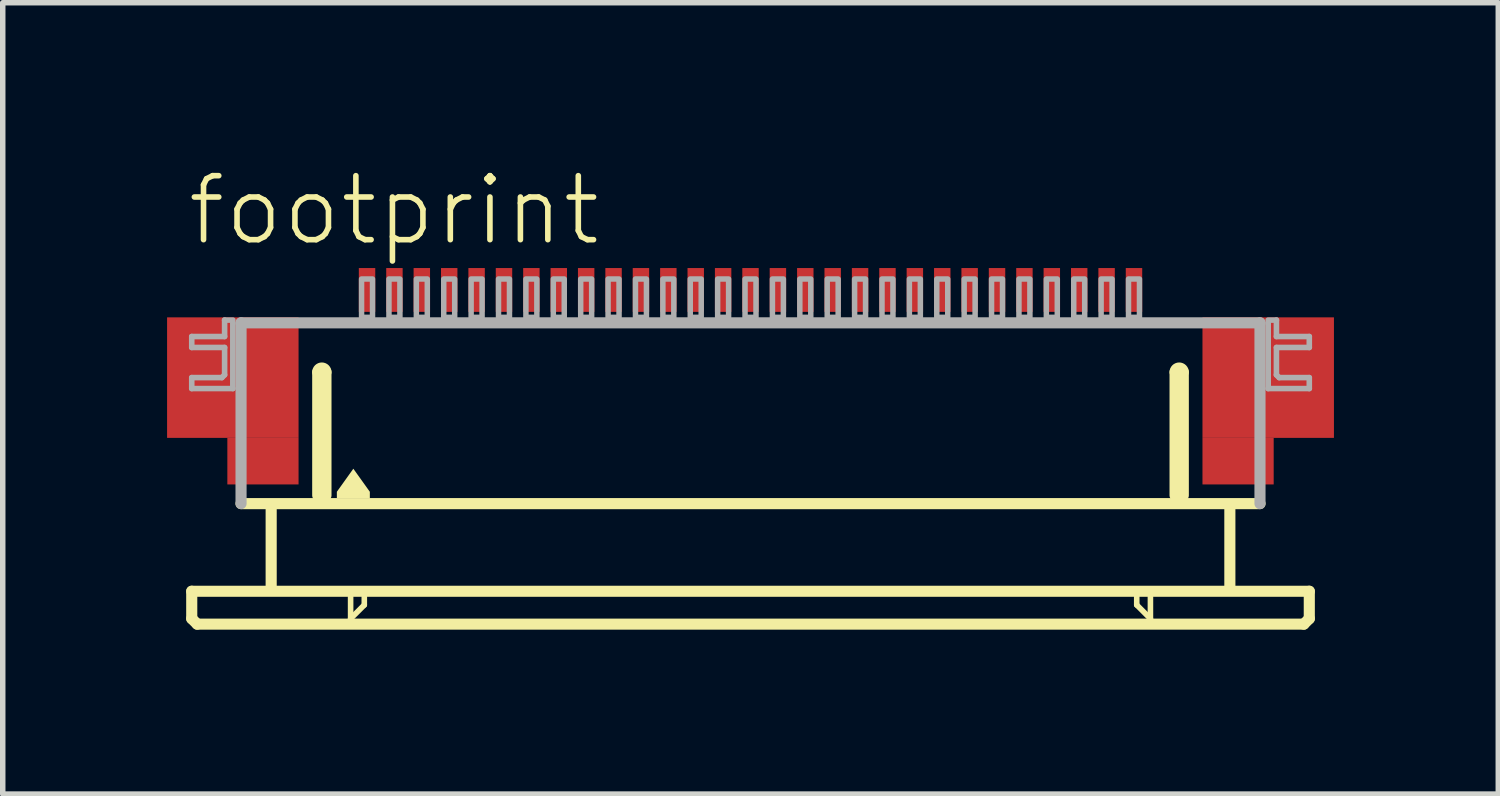
<source format=kicad_pcb>
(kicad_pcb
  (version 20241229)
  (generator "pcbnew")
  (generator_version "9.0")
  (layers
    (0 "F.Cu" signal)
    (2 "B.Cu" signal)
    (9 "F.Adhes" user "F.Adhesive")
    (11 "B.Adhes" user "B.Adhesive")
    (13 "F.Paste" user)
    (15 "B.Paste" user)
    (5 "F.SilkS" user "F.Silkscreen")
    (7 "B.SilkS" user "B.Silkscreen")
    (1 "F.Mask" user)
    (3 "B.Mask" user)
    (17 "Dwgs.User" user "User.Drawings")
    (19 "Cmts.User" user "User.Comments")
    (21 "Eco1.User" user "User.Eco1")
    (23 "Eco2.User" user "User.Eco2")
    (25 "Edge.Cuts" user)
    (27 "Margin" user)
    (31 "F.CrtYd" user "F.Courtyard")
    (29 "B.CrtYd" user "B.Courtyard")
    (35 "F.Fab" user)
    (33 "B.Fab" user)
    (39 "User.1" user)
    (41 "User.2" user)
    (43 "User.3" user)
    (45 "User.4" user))
  (footprint "footprint"
    (layer "F.Cu")
    (at 10.65 4.743)
    (property "Reference" "footprint" (at -10.33 -3.27 0) (layer "F.SilkS") (effects (font (size 1.168 1.168) (thickness 0.102)) (justify left bottom)))
    (fp_poly (pts (xy -10.65 0.2) (xy -8.25 0.2) (xy -8.25 -2) (xy -10.65 -2)) (stroke (width 0) (type solid)) (fill yes) (layer "F.Cu"))
    (fp_poly (pts (xy -9.55 1.05) (xy -8.25 1.05) (xy -8.25 0.2) (xy -9.55 0.2)) (stroke (width 0) (type solid)) (fill yes) (layer "F.Cu"))
    (fp_poly (pts (xy 8.25 0.2) (xy 10.65 0.2) (xy 10.65 -2) (xy 8.25 -2)) (stroke (width 0) (type solid)) (fill yes) (layer "F.Cu"))
    (fp_poly (pts (xy 8.25 1.05) (xy 9.55 1.05) (xy 9.55 0.2) (xy 8.25 0.2)) (stroke (width 0) (type solid)) (fill yes) (layer "F.Cu"))
    (fp_poly (pts (xy -10.65 0.2) (xy -9.5 0.2) (xy -9.5 -2) (xy -10.65 -2)) (stroke (width 0) (type solid)) (fill yes) (layer "F.Mask"))
    (fp_poly (pts (xy -9.55 1.05) (xy -8.25 1.05) (xy -8.25 -2) (xy -9.55 -2)) (stroke (width 0) (type solid)) (fill yes) (layer "F.Mask"))
    (fp_poly (pts (xy 9.55 -2) (xy 8.25 -2) (xy 8.25 1.05) (xy 9.55 1.05)) (stroke (width 0) (type solid)) (fill yes) (layer "F.Mask"))
    (fp_poly (pts (xy 10.65 -2) (xy 9.5 -2) (xy 9.5 0.2) (xy 10.65 0.2)) (stroke (width 0) (type solid)) (fill yes) (layer "F.Mask"))
    (fp_line (start -10.2 3) (end -10.2 3.5) (stroke (width 0.203) (type solid)) (layer "F.SilkS"))
    (fp_line (start -10.2 3.5) (end -10.1 3.6) (stroke (width 0.203) (type solid)) (layer "F.SilkS"))
    (fp_line (start -10.1 3.6) (end 10.1 3.6) (stroke (width 0.203) (type solid)) (layer "F.SilkS"))
    (fp_line (start -8.75 1.5) (end -8.75 2.9) (stroke (width 0.203) (type solid)) (layer "F.SilkS"))
    (fp_line (start -7.9 1.25) (end -7.9 -1) (stroke (width 0.203) (type solid)) (layer "F.SilkS"))
    (fp_line (start -7.75 -1) (end -7.75 1.25) (stroke (width 0.203) (type solid)) (layer "F.SilkS"))
    (fp_line (start -7.3 3.1) (end -7.3 3.5) (stroke (width 0.102) (type solid)) (layer "F.SilkS"))
    (fp_line (start -7.3 3.5) (end -7.05 3.25) (stroke (width 0.102) (type solid)) (layer "F.SilkS"))
    (fp_line (start -7.05 3.25) (end -7.05 3.1) (stroke (width 0.102) (type solid)) (layer "F.SilkS"))
    (fp_line (start 7.05 3.1) (end 7.05 3.25) (stroke (width 0.102) (type solid)) (layer "F.SilkS"))
    (fp_line (start 7.05 3.25) (end 7.3 3.5) (stroke (width 0.102) (type solid)) (layer "F.SilkS"))
    (fp_line (start 7.3 3.5) (end 7.3 3.1) (stroke (width 0.102) (type solid)) (layer "F.SilkS"))
    (fp_line (start 7.75 1.25) (end 7.75 -1) (stroke (width 0.203) (type solid)) (layer "F.SilkS"))
    (fp_line (start 7.9 -1) (end 7.9 1.25) (stroke (width 0.203) (type solid)) (layer "F.SilkS"))
    (fp_line (start 8.75 1.5) (end 8.75 2.9) (stroke (width 0.203) (type solid)) (layer "F.SilkS"))
    (fp_line (start 9.3 1.4) (end -9.3 1.4) (stroke (width 0.203) (type solid)) (layer "F.SilkS"))
    (fp_line (start 10.1 3.6) (end 10.2 3.5) (stroke (width 0.203) (type solid)) (layer "F.SilkS"))
    (fp_line (start 10.2 3) (end -10.2 3) (stroke (width 0.203) (type solid)) (layer "F.SilkS"))
    (fp_line (start 10.2 3.5) (end 10.2 3) (stroke (width 0.203) (type solid)) (layer "F.SilkS"))
    (fp_arc (start -7.9 -1) (mid -7.825 -1.075) (end -7.75 -1) (stroke (width 0.2032) (type solid)) (layer "F.SilkS"))
    (fp_arc (start 7.75 -1) (mid 7.825 -1.075) (end 7.9 -1) (stroke (width 0.2032) (type solid)) (layer "F.SilkS"))
    (fp_poly (pts (xy -6.949 1.184) (xy -6.949 1.301) (xy -7.551 1.301) (xy -7.551 1.184) (xy -7.25 0.763)) (stroke (width 0) (type solid)) (fill yes) (layer "F.SilkS"))
    (fp_poly (pts (xy -10.45 0.05) (xy -8.45 0.05) (xy -8.45 -1.85) (xy -10.45 -1.85)) (stroke (width 0) (type solid)) (fill yes) (layer "F.Paste"))
    (fp_poly (pts (xy 10.45 -1.85) (xy 8.45 -1.85) (xy 8.45 0.05) (xy 10.45 0.05)) (stroke (width 0) (type solid)) (fill yes) (layer "F.Paste"))
    (fp_line (start -10.2 -1.65) (end -10.2 -1.45) (stroke (width 0.102) (type solid)) (layer "F.Fab"))
    (fp_line (start -10.2 -1.45) (end -9.6 -1.45) (stroke (width 0.102) (type solid)) (layer "F.Fab"))
    (fp_line (start -10.2 -0.9) (end -10.2 -0.7) (stroke (width 0.102) (type solid)) (layer "F.Fab"))
    (fp_line (start -10.2 -0.7) (end -9.45 -0.7) (stroke (width 0.102) (type solid)) (layer "F.Fab"))
    (fp_line (start -9.65 -0.9) (end -10.2 -0.9) (stroke (width 0.102) (type solid)) (layer "F.Fab"))
    (fp_line (start -9.6 -1.95) (end -9.6 -1.65) (stroke (width 0.102) (type solid)) (layer "F.Fab"))
    (fp_line (start -9.6 -1.65) (end -10.2 -1.65) (stroke (width 0.102) (type solid)) (layer "F.Fab"))
    (fp_line (start -9.6 -1.45) (end -9.6 -0.95) (stroke (width 0.102) (type solid)) (layer "F.Fab"))
    (fp_line (start -9.6 -0.95) (end -9.65 -0.9) (stroke (width 0.102) (type solid)) (layer "F.Fab"))
    (fp_line (start -9.45 -1.95) (end -9.6 -1.95) (stroke (width 0.102) (type solid)) (layer "F.Fab"))
    (fp_line (start -9.45 -0.7) (end -9.45 -1.9) (stroke (width 0.102) (type solid)) (layer "F.Fab"))
    (fp_line (start -9.3 -1.9) (end 9.3 -1.9) (stroke (width 0.203) (type solid)) (layer "F.Fab"))
    (fp_line (start -9.3 1.4) (end -9.3 -1.9) (stroke (width 0.203) (type solid)) (layer "F.Fab"))
    (fp_line (start 9.3 -1.9) (end 9.3 1.4) (stroke (width 0.203) (type solid)) (layer "F.Fab"))
    (fp_line (start 9.45 -1.95) (end 9.6 -1.95) (stroke (width 0.102) (type solid)) (layer "F.Fab"))
    (fp_line (start 9.45 -0.7) (end 9.45 -1.9) (stroke (width 0.102) (type solid)) (layer "F.Fab"))
    (fp_line (start 9.6 -1.95) (end 9.6 -1.65) (stroke (width 0.102) (type solid)) (layer "F.Fab"))
    (fp_line (start 9.6 -1.65) (end 10.2 -1.65) (stroke (width 0.102) (type solid)) (layer "F.Fab"))
    (fp_line (start 9.6 -1.45) (end 9.6 -0.95) (stroke (width 0.102) (type solid)) (layer "F.Fab"))
    (fp_line (start 9.6 -0.95) (end 9.65 -0.9) (stroke (width 0.102) (type solid)) (layer "F.Fab"))
    (fp_line (start 9.65 -0.9) (end 10.2 -0.9) (stroke (width 0.102) (type solid)) (layer "F.Fab"))
    (fp_line (start 10.2 -1.65) (end 10.2 -1.45) (stroke (width 0.102) (type solid)) (layer "F.Fab"))
    (fp_line (start 10.2 -1.45) (end 9.6 -1.45) (stroke (width 0.102) (type solid)) (layer "F.Fab"))
    (fp_line (start 10.2 -0.9) (end 10.2 -0.7) (stroke (width 0.102) (type solid)) (layer "F.Fab"))
    (fp_line (start 10.2 -0.7) (end 9.45 -0.7) (stroke (width 0.102) (type solid)) (layer "F.Fab"))
    (fp_poly (pts (xy -7.1 -2) (xy -6.9 -2) (xy -6.9 -2.7) (xy -7.1 -2.7)) (stroke (width 0.1) (type solid)) (fill no) (layer "F.Fab"))
    (fp_poly (pts (xy -6.6 -2) (xy -6.4 -2) (xy -6.4 -2.7) (xy -6.6 -2.7)) (stroke (width 0.1) (type solid)) (fill no) (layer "F.Fab"))
    (fp_poly (pts (xy -6.1 -2) (xy -5.9 -2) (xy -5.9 -2.7) (xy -6.1 -2.7)) (stroke (width 0.1) (type solid)) (fill no) (layer "F.Fab"))
    (fp_poly (pts (xy -5.6 -2) (xy -5.4 -2) (xy -5.4 -2.7) (xy -5.6 -2.7)) (stroke (width 0.1) (type solid)) (fill no) (layer "F.Fab"))
    (fp_poly (pts (xy -5.1 -2) (xy -4.9 -2) (xy -4.9 -2.7) (xy -5.1 -2.7)) (stroke (width 0.1) (type solid)) (fill no) (layer "F.Fab"))
    (fp_poly (pts (xy -4.6 -2) (xy -4.4 -2) (xy -4.4 -2.7) (xy -4.6 -2.7)) (stroke (width 0.1) (type solid)) (fill no) (layer "F.Fab"))
    (fp_poly (pts (xy -4.1 -2) (xy -3.9 -2) (xy -3.9 -2.7) (xy -4.1 -2.7)) (stroke (width 0.1) (type solid)) (fill no) (layer "F.Fab"))
    (fp_poly (pts (xy -3.6 -2) (xy -3.4 -2) (xy -3.4 -2.7) (xy -3.6 -2.7)) (stroke (width 0.1) (type solid)) (fill no) (layer "F.Fab"))
    (fp_poly (pts (xy -3.1 -2) (xy -2.9 -2) (xy -2.9 -2.7) (xy -3.1 -2.7)) (stroke (width 0.1) (type solid)) (fill no) (layer "F.Fab"))
    (fp_poly (pts (xy -2.6 -2) (xy -2.4 -2) (xy -2.4 -2.7) (xy -2.6 -2.7)) (stroke (width 0.1) (type solid)) (fill no) (layer "F.Fab"))
    (fp_poly (pts (xy -2.1 -2) (xy -1.9 -2) (xy -1.9 -2.7) (xy -2.1 -2.7)) (stroke (width 0.1) (type solid)) (fill no) (layer "F.Fab"))
    (fp_poly (pts (xy -1.6 -2) (xy -1.4 -2) (xy -1.4 -2.7) (xy -1.6 -2.7)) (stroke (width 0.1) (type solid)) (fill no) (layer "F.Fab"))
    (fp_poly (pts (xy -1.1 -2) (xy -0.9 -2) (xy -0.9 -2.7) (xy -1.1 -2.7)) (stroke (width 0.1) (type solid)) (fill no) (layer "F.Fab"))
    (fp_poly (pts (xy -0.6 -2) (xy -0.4 -2) (xy -0.4 -2.7) (xy -0.6 -2.7)) (stroke (width 0.1) (type solid)) (fill no) (layer "F.Fab"))
    (fp_poly (pts (xy -0.1 -2) (xy 0.1 -2) (xy 0.1 -2.7) (xy -0.1 -2.7)) (stroke (width 0.1) (type solid)) (fill no) (layer "F.Fab"))
    (fp_poly (pts (xy 0.4 -2) (xy 0.6 -2) (xy 0.6 -2.7) (xy 0.4 -2.7)) (stroke (width 0.1) (type solid)) (fill no) (layer "F.Fab"))
    (fp_poly (pts (xy 0.9 -2) (xy 1.1 -2) (xy 1.1 -2.7) (xy 0.9 -2.7)) (stroke (width 0.1) (type solid)) (fill no) (layer "F.Fab"))
    (fp_poly (pts (xy 1.4 -2) (xy 1.6 -2) (xy 1.6 -2.7) (xy 1.4 -2.7)) (stroke (width 0.1) (type solid)) (fill no) (layer "F.Fab"))
    (fp_poly (pts (xy 1.9 -2) (xy 2.1 -2) (xy 2.1 -2.7) (xy 1.9 -2.7)) (stroke (width 0.1) (type solid)) (fill no) (layer "F.Fab"))
    (fp_poly (pts (xy 2.4 -2) (xy 2.6 -2) (xy 2.6 -2.7) (xy 2.4 -2.7)) (stroke (width 0.1) (type solid)) (fill no) (layer "F.Fab"))
    (fp_poly (pts (xy 2.9 -2) (xy 3.1 -2) (xy 3.1 -2.7) (xy 2.9 -2.7)) (stroke (width 0.1) (type solid)) (fill no) (layer "F.Fab"))
    (fp_poly (pts (xy 3.4 -2) (xy 3.6 -2) (xy 3.6 -2.7) (xy 3.4 -2.7)) (stroke (width 0.1) (type solid)) (fill no) (layer "F.Fab"))
    (fp_poly (pts (xy 3.9 -2) (xy 4.1 -2) (xy 4.1 -2.7) (xy 3.9 -2.7)) (stroke (width 0.1) (type solid)) (fill no) (layer "F.Fab"))
    (fp_poly (pts (xy 4.4 -2) (xy 4.6 -2) (xy 4.6 -2.7) (xy 4.4 -2.7)) (stroke (width 0.1) (type solid)) (fill no) (layer "F.Fab"))
    (fp_poly (pts (xy 4.9 -2) (xy 5.1 -2) (xy 5.1 -2.7) (xy 4.9 -2.7)) (stroke (width 0.1) (type solid)) (fill no) (layer "F.Fab"))
    (fp_poly (pts (xy 5.4 -2) (xy 5.6 -2) (xy 5.6 -2.7) (xy 5.4 -2.7)) (stroke (width 0.1) (type solid)) (fill no) (layer "F.Fab"))
    (fp_poly (pts (xy 5.9 -2) (xy 6.1 -2) (xy 6.1 -2.7) (xy 5.9 -2.7)) (stroke (width 0.1) (type solid)) (fill no) (layer "F.Fab"))
    (fp_poly (pts (xy 6.4 -2) (xy 6.6 -2) (xy 6.6 -2.7) (xy 6.4 -2.7)) (stroke (width 0.1) (type solid)) (fill no) (layer "F.Fab"))
    (fp_poly (pts (xy 6.9 -2) (xy 7.1 -2) (xy 7.1 -2.7) (xy 6.9 -2.7)) (stroke (width 0.1) (type solid)) (fill no) (layer "F.Fab"))
    (pad "1" smd rect (at -7 -2.5) (size 0.3 0.8) (layers "F.Cu" "F.Mask" "F.Paste"))
    (pad "2" smd rect (at -6.5 -2.5) (size 0.3 0.8) (layers "F.Cu" "F.Mask" "F.Paste"))
    (pad "3" smd rect (at -6 -2.5) (size 0.3 0.8) (layers "F.Cu" "F.Mask" "F.Paste"))
    (pad "4" smd rect (at -5.5 -2.5) (size 0.3 0.8) (layers "F.Cu" "F.Mask" "F.Paste"))
    (pad "5" smd rect (at -5 -2.5) (size 0.3 0.8) (layers "F.Cu" "F.Mask" "F.Paste"))
    (pad "6" smd rect (at -4.5 -2.5) (size 0.3 0.8) (layers "F.Cu" "F.Mask" "F.Paste"))
    (pad "7" smd rect (at -4 -2.5) (size 0.3 0.8) (layers "F.Cu" "F.Mask" "F.Paste"))
    (pad "8" smd rect (at -3.5 -2.5) (size 0.3 0.8) (layers "F.Cu" "F.Mask" "F.Paste"))
    (pad "9" smd rect (at -3 -2.5) (size 0.3 0.8) (layers "F.Cu" "F.Mask" "F.Paste"))
    (pad "10" smd rect (at -2.5 -2.5) (size 0.3 0.8) (layers "F.Cu" "F.Mask" "F.Paste"))
    (pad "11" smd rect (at -2 -2.5) (size 0.3 0.8) (layers "F.Cu" "F.Mask" "F.Paste"))
    (pad "12" smd rect (at -1.5 -2.5) (size 0.3 0.8) (layers "F.Cu" "F.Mask" "F.Paste"))
    (pad "13" smd rect (at -1 -2.5) (size 0.3 0.8) (layers "F.Cu" "F.Mask" "F.Paste"))
    (pad "14" smd rect (at -0.5 -2.5) (size 0.3 0.8) (layers "F.Cu" "F.Mask" "F.Paste"))
    (pad "15" smd rect (at 0 -2.5) (size 0.3 0.8) (layers "F.Cu" "F.Mask" "F.Paste"))
    (pad "16" smd rect (at 0.5 -2.5) (size 0.3 0.8) (layers "F.Cu" "F.Mask" "F.Paste"))
    (pad "17" smd rect (at 1 -2.5) (size 0.3 0.8) (layers "F.Cu" "F.Mask" "F.Paste"))
    (pad "18" smd rect (at 1.5 -2.5) (size 0.3 0.8) (layers "F.Cu" "F.Mask" "F.Paste"))
    (pad "19" smd rect (at 2 -2.5) (size 0.3 0.8) (layers "F.Cu" "F.Mask" "F.Paste"))
    (pad "20" smd rect (at 2.5 -2.5) (size 0.3 0.8) (layers "F.Cu" "F.Mask" "F.Paste"))
    (pad "21" smd rect (at 3 -2.5) (size 0.3 0.8) (layers "F.Cu" "F.Mask" "F.Paste"))
    (pad "22" smd rect (at 3.5 -2.5) (size 0.3 0.8) (layers "F.Cu" "F.Mask" "F.Paste"))
    (pad "23" smd rect (at 4 -2.5) (size 0.3 0.8) (layers "F.Cu" "F.Mask" "F.Paste"))
    (pad "24" smd rect (at 4.5 -2.5) (size 0.3 0.8) (layers "F.Cu" "F.Mask" "F.Paste"))
    (pad "25" smd rect (at 5 -2.5) (size 0.3 0.8) (layers "F.Cu" "F.Mask" "F.Paste"))
    (pad "26" smd rect (at 5.5 -2.5) (size 0.3 0.8) (layers "F.Cu" "F.Mask" "F.Paste"))
    (pad "27" smd rect (at 6 -2.5) (size 0.3 0.8) (layers "F.Cu" "F.Mask" "F.Paste"))
    (pad "28" smd rect (at 6.5 -2.5) (size 0.3 0.8) (layers "F.Cu" "F.Mask" "F.Paste"))
    (pad "29" smd rect (at 7 -2.5) (size 0.3 0.8) (layers "F.Cu" "F.Mask" "F.Paste")))
  (gr_rect
    (start -3 -3)
    (end 24.3 11.445)
    (stroke (width 0.1) (type default))
    (fill no)
    (layer "Edge.Cuts")))
</source>
